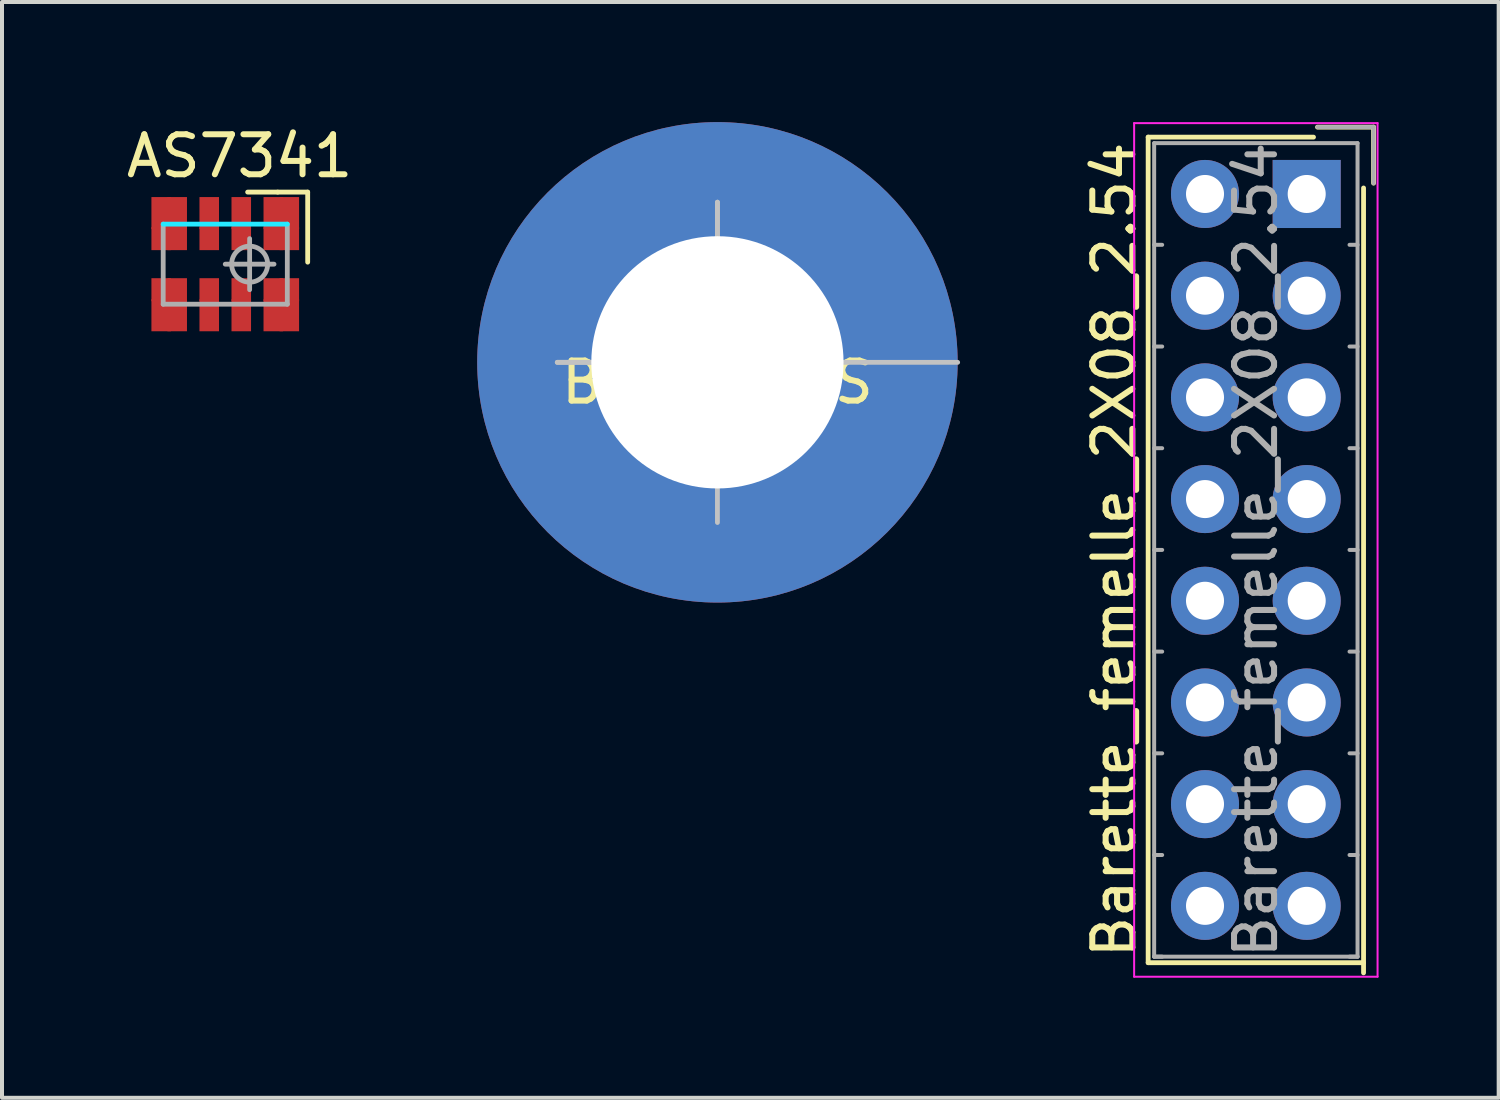
<source format=kicad_pcb>
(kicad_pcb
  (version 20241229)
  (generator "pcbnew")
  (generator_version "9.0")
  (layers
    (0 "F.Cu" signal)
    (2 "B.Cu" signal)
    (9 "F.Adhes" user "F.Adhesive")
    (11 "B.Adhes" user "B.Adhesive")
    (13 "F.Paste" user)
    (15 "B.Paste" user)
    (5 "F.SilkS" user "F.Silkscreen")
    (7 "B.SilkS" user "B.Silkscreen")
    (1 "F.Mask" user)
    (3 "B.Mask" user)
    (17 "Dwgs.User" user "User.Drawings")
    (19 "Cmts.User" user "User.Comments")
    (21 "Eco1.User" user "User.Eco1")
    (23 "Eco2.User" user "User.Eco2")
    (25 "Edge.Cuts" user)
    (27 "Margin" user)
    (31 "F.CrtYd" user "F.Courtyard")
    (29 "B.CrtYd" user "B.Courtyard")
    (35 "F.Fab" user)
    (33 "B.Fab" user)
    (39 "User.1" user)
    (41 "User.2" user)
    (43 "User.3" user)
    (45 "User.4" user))
  (footprint "Barette_femelle_2X08_2.54"
    (layer "F.Cu")
    (at 27.047 1.795)
    (property "Reference" "Barette_femelle_2X08_2.54" (at -2.27 8.89 90) (layer "F.SilkS") (effects (font (size 1 1) (thickness 0.15))))
    (attr through_hole)
    (fp_line (start -1.42 -1.42) (end 2.71 -1.42) (stroke (width 0.12) (type solid)) (layer "F.SilkS"))
    (fp_line (start -1.42 19.2) (end -1.42 -1.42) (stroke (width 0.12) (type solid)) (layer "F.SilkS"))
    (fp_line (start 3.96 -0.15) (end 3.96 19.454) (stroke (width 0.12) (type solid)) (layer "F.SilkS"))
    (fp_line (start 3.96 19.2) (end -1.42 19.2) (stroke (width 0.12) (type solid)) (layer "F.SilkS"))
    (fp_line (start 4.21 -1.67) (end 2.81 -1.67) (stroke (width 0.12) (type solid)) (layer "F.SilkS"))
    (fp_line (start 4.21 -0.27) (end 4.21 -1.67) (stroke (width 0.12) (type solid)) (layer "F.SilkS"))
    (fp_line (start -1.77 -1.77) (end -1.77 19.55) (stroke (width 0.05) (type solid)) (layer "F.CrtYd"))
    (fp_line (start -1.77 19.55) (end 4.31 19.55) (stroke (width 0.05) (type solid)) (layer "F.CrtYd"))
    (fp_line (start 4.31 -1.77) (end -1.77 -1.77) (stroke (width 0.05) (type solid)) (layer "F.CrtYd"))
    (fp_line (start 4.31 19.55) (end 4.31 -1.77) (stroke (width 0.05) (type solid)) (layer "F.CrtYd"))
    (fp_line (start -1.27 -1.27) (end -1.27 19.05) (stroke (width 0.1) (type solid)) (layer "F.Fab"))
    (fp_line (start -1.27 1.27) (end -1.07 1.27) (stroke (width 0.1) (type solid)) (layer "F.Fab"))
    (fp_line (start -1.27 3.81) (end -1.07 3.81) (stroke (width 0.1) (type solid)) (layer "F.Fab"))
    (fp_line (start -1.27 6.35) (end -1.07 6.35) (stroke (width 0.1) (type solid)) (layer "F.Fab"))
    (fp_line (start -1.27 8.89) (end -1.07 8.89) (stroke (width 0.1) (type solid)) (layer "F.Fab"))
    (fp_line (start -1.27 11.43) (end -1.07 11.43) (stroke (width 0.1) (type solid)) (layer "F.Fab"))
    (fp_line (start -1.27 13.97) (end -1.07 13.97) (stroke (width 0.1) (type solid)) (layer "F.Fab"))
    (fp_line (start -1.27 16.51) (end -1.07 16.51) (stroke (width 0.1) (type solid)) (layer "F.Fab"))
    (fp_line (start -1.27 19.05) (end -1.07 19.05) (stroke (width 0.1) (type solid)) (layer "F.Fab"))
    (fp_line (start -1.27 19.05) (end 3.81 19.05) (stroke (width 0.1) (type solid)) (layer "F.Fab"))
    (fp_line (start 3.81 -1.27) (end -1.27 -1.27) (stroke (width 0.1) (type solid)) (layer "F.Fab"))
    (fp_line (start 3.81 1.27) (end 3.61 1.27) (stroke (width 0.1) (type solid)) (layer "F.Fab"))
    (fp_line (start 3.81 3.81) (end 3.61 3.81) (stroke (width 0.1) (type solid)) (layer "F.Fab"))
    (fp_line (start 3.81 6.35) (end 3.61 6.35) (stroke (width 0.1) (type solid)) (layer "F.Fab"))
    (fp_line (start 3.81 8.89) (end 3.61 8.89) (stroke (width 0.1) (type solid)) (layer "F.Fab"))
    (fp_line (start 3.81 11.43) (end 3.61 11.43) (stroke (width 0.1) (type solid)) (layer "F.Fab"))
    (fp_line (start 3.81 13.97) (end 3.61 13.97) (stroke (width 0.1) (type solid)) (layer "F.Fab"))
    (fp_line (start 3.81 16.51) (end 3.61 16.51) (stroke (width 0.1) (type solid)) (layer "F.Fab"))
    (fp_line (start 3.81 19.05) (end 3.61 19.05) (stroke (width 0.1) (type solid)) (layer "F.Fab"))
    (fp_line (start 3.81 19.05) (end 3.81 -1.27) (stroke (width 0.1) (type solid)) (layer "F.Fab"))
    (fp_line (start 4.21 -1.67) (end 2.81 -1.67) (stroke (width 0.1) (type solid)) (layer "F.Fab"))
    (fp_line (start 4.21 -0.27) (end 4.21 -1.67) (stroke (width 0.1) (type solid)) (layer "F.Fab"))
    (fp_text user "${REFERENCE}" (at 1.27 8.89 90) (layer "F.Fab") (effects (font (size 1 1) (thickness 0.15))))
    (pad "1" thru_hole rect (at 2.54 0) (size 1.7 1.7) (drill 0.95) (layers "*.Cu" "*.Mask"))
    (pad "2" thru_hole circle (at 0 0) (size 1.7 1.7) (drill 0.95) (layers "*.Cu" "*.Mask"))
    (pad "3" thru_hole circle (at 2.54 2.54) (size 1.7 1.7) (drill 0.95) (layers "*.Cu" "*.Mask"))
    (pad "4" thru_hole circle (at 0 2.54) (size 1.7 1.7) (drill 0.95) (layers "*.Cu" "*.Mask"))
    (pad "5" thru_hole circle (at 2.54 5.08) (size 1.7 1.7) (drill 0.95) (layers "*.Cu" "*.Mask"))
    (pad "6" thru_hole circle (at 0 5.08) (size 1.7 1.7) (drill 0.95) (layers "*.Cu" "*.Mask"))
    (pad "7" thru_hole circle (at 2.54 7.62) (size 1.7 1.7) (drill 0.95) (layers "*.Cu" "*.Mask"))
    (pad "8" thru_hole circle (at 0 7.62) (size 1.7 1.7) (drill 0.95) (layers "*.Cu" "*.Mask"))
    (pad "9" thru_hole circle (at 2.54 10.16) (size 1.7 1.7) (drill 0.95) (layers "*.Cu" "*.Mask"))
    (pad "10" thru_hole circle (at 0 10.16) (size 1.7 1.7) (drill 0.95) (layers "*.Cu" "*.Mask"))
    (pad "11" thru_hole circle (at 2.54 12.7) (size 1.7 1.7) (drill 0.95) (layers "*.Cu" "*.Mask"))
    (pad "12" thru_hole circle (at 0 12.7) (size 1.7 1.7) (drill 0.95) (layers "*.Cu" "*.Mask"))
    (pad "13" thru_hole circle (at 2.54 15.24) (size 1.7 1.7) (drill 0.95) (layers "*.Cu" "*.Mask"))
    (pad "14" thru_hole circle (at 0 15.24) (size 1.7 1.7) (drill 0.95) (layers "*.Cu" "*.Mask"))
    (pad "15" thru_hole circle (at 2.54 17.78) (size 1.7 1.7) (drill 0.95) (layers "*.Cu" "*.Mask"))
    (pad "16" thru_hole circle (at 0 17.78) (size 1.7 1.7) (drill 0.95) (layers "*.Cu" "*.Mask")))
  (footprint "BANA4_VIS"
    (layer "F.Cu")
    (at 14.869 6)
    (property "Reference" "BANA4_VIS" (at 0 0.5 0) (layer "F.SilkS") (effects (font (size 1 1) (thickness 0.15))))
    (attr through_hole)
    (fp_line (start -4 0) (end 6 0) (stroke (width 0.12) (type solid)) (layer "Dwgs.User"))
    (fp_line (start 0 -4) (end 0 0) (stroke (width 0.12) (type solid)) (layer "Dwgs.User"))
    (fp_line (start 0 0) (end -4 0) (stroke (width 0.12) (type solid)) (layer "Dwgs.User"))
    (fp_line (start 0 0) (end 0 -4) (stroke (width 0.12) (type solid)) (layer "Dwgs.User"))
    (fp_line (start 0 0) (end 0 4) (stroke (width 0.12) (type solid)) (layer "Dwgs.User"))
    (pad "1" thru_hole circle (at 0 0) (size 12 12) (drill 6.3) (layers "*.Cu" "*.Mask")))
  (footprint "AS7341"
    (layer "F.Cu")
    (at 3.185 3.548)
    (property "Reference" "AS7341" (at -0.25 -2.7 0) (layer "F.SilkS") (effects (font (size 1 1) (thickness 0.15))))
    (attr through_hole)
    (fp_line (start 0.7 -1.8) (end -0.05 -1.8) (stroke (width 0.12) (type solid)) (layer "F.SilkS"))
    (fp_line (start 0.7 -1.8) (end 1.45 -1.8) (stroke (width 0.12) (type solid)) (layer "F.SilkS"))
    (fp_line (start 1.45 -1.8) (end 1.45 -0.05) (stroke (width 0.12) (type solid)) (layer "F.SilkS"))
    (fp_line (start 0.941 -1) (end -2.159 -1) (stroke (width 0.12) (type solid)) (layer "B.CrtYd"))
    (fp_line (start -2.159 -1) (end -2.159 1) (stroke (width 0.12) (type solid)) (layer "F.Fab"))
    (fp_line (start -2.159 1) (end 0.941 1) (stroke (width 0.12) (type solid)) (layer "F.Fab"))
    (fp_line (start -0.609 0) (end 0.609 0) (stroke (width 0.12) (type solid)) (layer "F.Fab"))
    (fp_line (start 0 -0.638) (end 0 0.638) (stroke (width 0.12) (type solid)) (layer "F.Fab"))
    (fp_line (start 0.941 -1) (end 0.941 1) (stroke (width 0.12) (type solid)) (layer "F.Fab"))
    (fp_circle (center 0 0) (end 0 -0.45) (stroke (width 0.12) (type solid)) (fill no) (layer "F.Fab"))
    (pad "1" smd rect (at 0.591 -1.276) (size 0.488 0.8) (layers "F.Cu" "F.Mask" "F.Paste"))
    (pad "1" smd rect (at 0.591 -0.638) (size 0.488 0.575) (layers "F.Cu" "F.Mask" "F.Paste"))
    (pad "1" smd rect (at 0.991 -1.276) (size 0.488 0.8) (layers "F.Cu" "F.Mask" "F.Paste"))
    (pad "1" smd rect (at 0.991 -0.638) (size 0.488 0.575) (layers "F.Cu" "F.Mask" "F.Paste"))
    (pad "2" smd rect (at -0.209 -1.276) (size 0.488 0.8) (layers "F.Cu" "F.Mask" "F.Paste"))
    (pad "2" smd rect (at -0.209 -0.638) (size 0.488 0.575) (layers "F.Cu" "F.Mask" "F.Paste"))
    (pad "3" smd rect (at -1.009 -1.276) (size 0.488 0.8) (layers "F.Cu" "F.Mask" "F.Paste"))
    (pad "3" smd rect (at -1.009 -0.638) (size 0.488 0.575) (layers "F.Cu" "F.Mask" "F.Paste"))
    (pad "4" smd rect (at -2.209 -1.276) (size 0.488 0.8) (layers "F.Cu" "F.Mask" "F.Paste"))
    (pad "4" smd rect (at -2.209 -0.638) (size 0.488 0.575) (layers "F.Cu" "F.Mask" "F.Paste"))
    (pad "4" smd rect (at -1.809 -1.276) (size 0.488 0.8) (layers "F.Cu" "F.Mask" "F.Paste"))
    (pad "4" smd rect (at -1.809 -0.638) (size 0.488 0.575) (layers "F.Cu" "F.Mask" "F.Paste"))
    (pad "5" smd rect (at -2.209 0.638) (size 0.488 0.575) (layers "F.Cu" "F.Mask" "F.Paste"))
    (pad "5" smd rect (at -2.209 1.276) (size 0.488 0.8) (layers "F.Cu" "F.Mask" "F.Paste"))
    (pad "5" smd rect (at -1.809 0.638) (size 0.488 0.575) (layers "F.Cu" "F.Mask" "F.Paste"))
    (pad "5" smd rect (at -1.809 1.276) (size 0.488 0.8) (layers "F.Cu" "F.Mask" "F.Paste"))
    (pad "6" smd rect (at -1.009 0.638) (size 0.488 0.575) (layers "F.Cu" "F.Mask" "F.Paste"))
    (pad "6" smd rect (at -1.009 1.276) (size 0.488 0.8) (layers "F.Cu" "F.Mask" "F.Paste"))
    (pad "7" smd rect (at -0.209 0.638) (size 0.488 0.575) (layers "F.Cu" "F.Mask" "F.Paste"))
    (pad "7" smd rect (at -0.209 1.276) (size 0.488 0.8) (layers "F.Cu" "F.Mask" "F.Paste"))
    (pad "8" smd rect (at 0.591 0.638) (size 0.488 0.575) (layers "F.Cu" "F.Mask" "F.Paste"))
    (pad "8" smd rect (at 0.591 1.276) (size 0.488 0.8) (layers "F.Cu" "F.Mask" "F.Paste"))
    (pad "8" smd rect (at 0.991 0.638) (size 0.488 0.575) (layers "F.Cu" "F.Mask" "F.Paste"))
    (pad "8" smd rect (at 0.991 1.276) (size 0.488 0.8) (layers "F.Cu" "F.Mask" "F.Paste")))
  (gr_rect
    (start -3 -3)
    (end 34.382 24.37)
    (stroke (width 0.1) (type default))
    (fill no)
    (layer "Edge.Cuts")))
</source>
